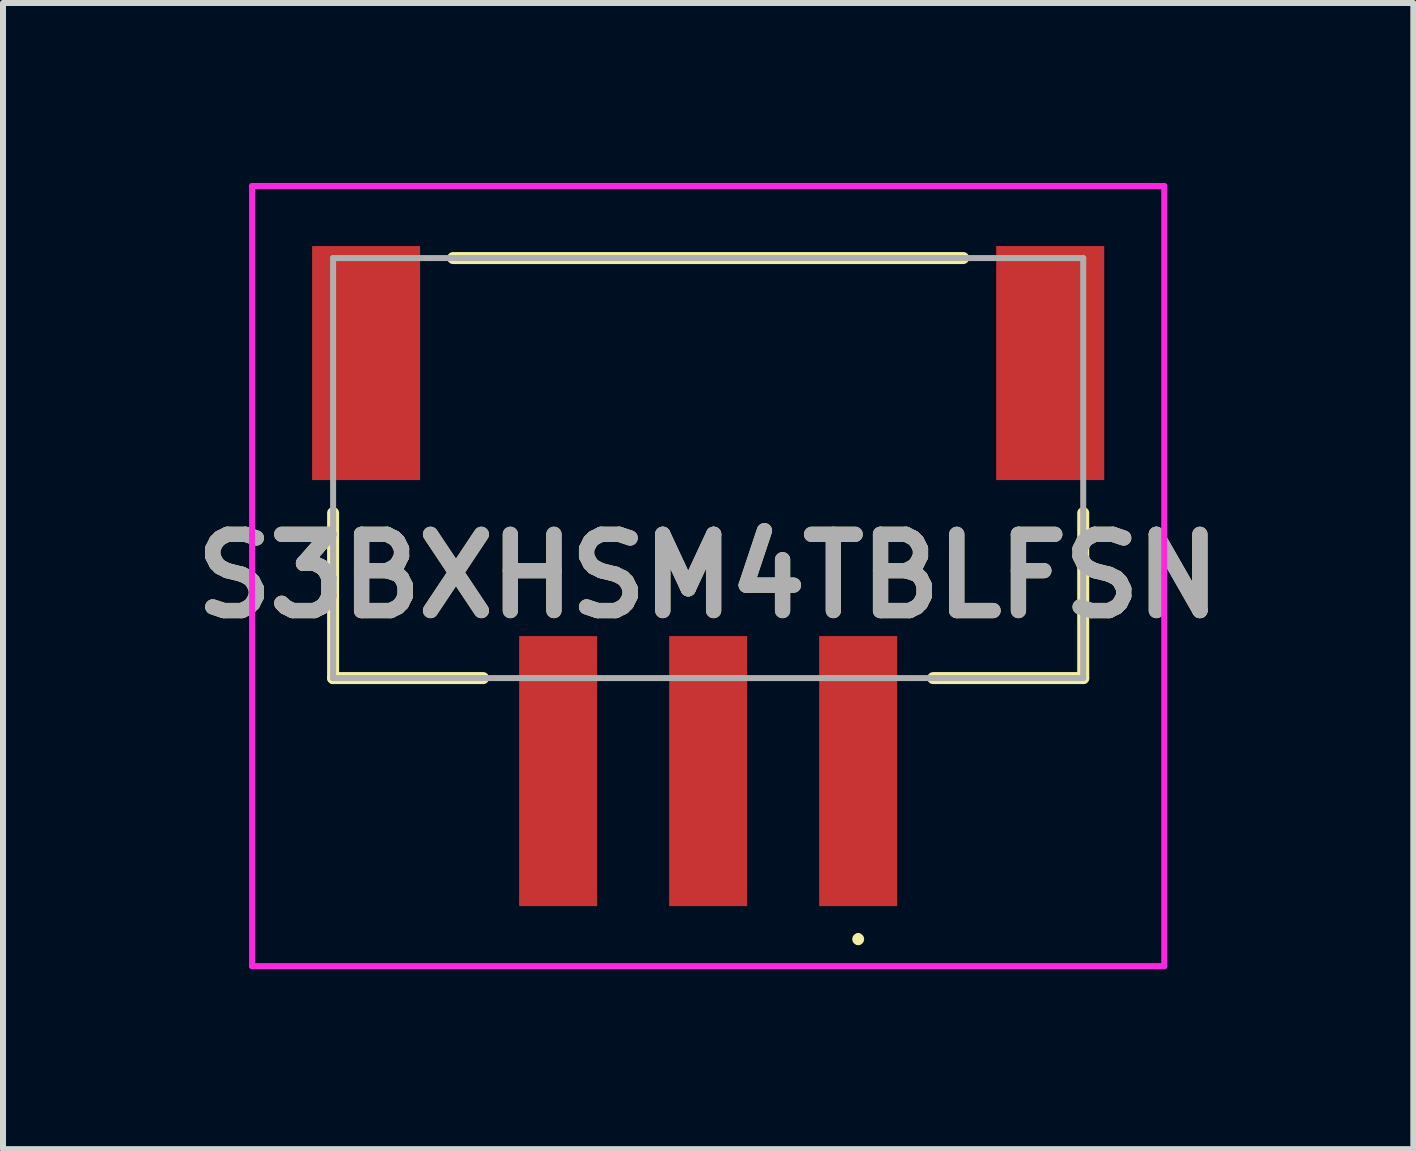
<source format=kicad_pcb>
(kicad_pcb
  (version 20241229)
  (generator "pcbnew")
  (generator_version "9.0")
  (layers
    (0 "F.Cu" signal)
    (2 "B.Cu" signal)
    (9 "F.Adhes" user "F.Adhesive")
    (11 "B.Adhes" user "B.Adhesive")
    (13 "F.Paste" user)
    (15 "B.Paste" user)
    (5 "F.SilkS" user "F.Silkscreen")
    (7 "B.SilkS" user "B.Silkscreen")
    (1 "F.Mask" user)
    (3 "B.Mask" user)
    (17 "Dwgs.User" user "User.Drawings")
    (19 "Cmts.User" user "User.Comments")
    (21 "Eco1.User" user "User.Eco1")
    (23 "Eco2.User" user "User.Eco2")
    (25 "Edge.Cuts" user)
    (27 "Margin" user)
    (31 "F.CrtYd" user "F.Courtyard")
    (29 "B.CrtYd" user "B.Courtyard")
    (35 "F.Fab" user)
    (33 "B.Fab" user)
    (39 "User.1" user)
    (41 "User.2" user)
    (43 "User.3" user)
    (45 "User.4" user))
  (footprint "S3BXHSM4TBLFSN"
    (layer "F.Cu")
    (at 8.751 6.55)
    (property "Reference" "S3BXHSM4TBLFSN" (at 0 0 0) (layer "F.SilkS") (effects (font (size 1.27 1.27) (thickness 0.254))))
    (attr smd)
    (fp_line (start -6.25 -1.05) (end -6.25 1.7) (stroke (width 0.2) (type solid)) (layer "F.SilkS"))
    (fp_line (start -6.25 1.7) (end -3.75 1.7) (stroke (width 0.2) (type solid)) (layer "F.SilkS"))
    (fp_line (start -4.25 -5.3) (end 4.25 -5.3) (stroke (width 0.2) (type solid)) (layer "F.SilkS"))
    (fp_line (start 2.5 6) (end 2.5 6) (stroke (width 0.1) (type solid)) (layer "F.SilkS"))
    (fp_line (start 2.5 6.1) (end 2.5 6.1) (stroke (width 0.1) (type solid)) (layer "F.SilkS"))
    (fp_line (start 3.75 1.7) (end 6.25 1.7) (stroke (width 0.2) (type solid)) (layer "F.SilkS"))
    (fp_line (start 6.25 1.7) (end 6.25 -1.05) (stroke (width 0.2) (type solid)) (layer "F.SilkS"))
    (fp_arc (start 2.5 6) (mid 2.55 6.05) (end 2.5 6.1) (stroke (width 0.1) (type solid)) (layer "F.SilkS"))
    (fp_arc (start 2.5 6.1) (mid 2.45 6.05) (end 2.5 6) (stroke (width 0.1) (type solid)) (layer "F.SilkS"))
    (fp_line (start -7.6 -6.5) (end 7.6 -6.5) (stroke (width 0.1) (type solid)) (layer "F.CrtYd"))
    (fp_line (start -7.6 6.5) (end -7.6 -6.5) (stroke (width 0.1) (type solid)) (layer "F.CrtYd"))
    (fp_line (start 7.6 -6.5) (end 7.6 6.5) (stroke (width 0.1) (type solid)) (layer "F.CrtYd"))
    (fp_line (start 7.6 6.5) (end -7.6 6.5) (stroke (width 0.1) (type solid)) (layer "F.CrtYd"))
    (fp_line (start -6.25 -5.3) (end 6.25 -5.3) (stroke (width 0.1) (type solid)) (layer "F.Fab"))
    (fp_line (start -6.25 1.7) (end -6.25 -5.3) (stroke (width 0.1) (type solid)) (layer "F.Fab"))
    (fp_line (start 6.25 -5.3) (end 6.25 1.7) (stroke (width 0.1) (type solid)) (layer "F.Fab"))
    (fp_line (start 6.25 1.7) (end -6.25 1.7) (stroke (width 0.1) (type solid)) (layer "F.Fab"))
    (fp_text user "${REFERENCE}" (at 0 0 0) (layer "F.Fab") (effects (font (size 1.27 1.27) (thickness 0.254))))
    (pad "1" smd rect (at 2.5 3.25) (size 1.3 4.5) (layers "F.Cu" "F.Mask" "F.Paste"))
    (pad "2" smd rect (at 0 3.25) (size 1.3 4.5) (layers "F.Cu" "F.Mask" "F.Paste"))
    (pad "3" smd rect (at -2.5 3.25) (size 1.3 4.5) (layers "F.Cu" "F.Mask" "F.Paste"))
    (pad "MP1" smd rect (at 5.7 -3.55) (size 1.8 3.9) (layers "F.Cu" "F.Mask" "F.Paste"))
    (pad "MP2" smd rect (at -5.7 -3.55) (size 1.8 3.9) (layers "F.Cu" "F.Mask" "F.Paste")))
  (gr_rect
    (start -3 -3)
    (end 20.502 16.1)
    (stroke (width 0.1) (type default))
    (fill no)
    (layer "Edge.Cuts")))
</source>
